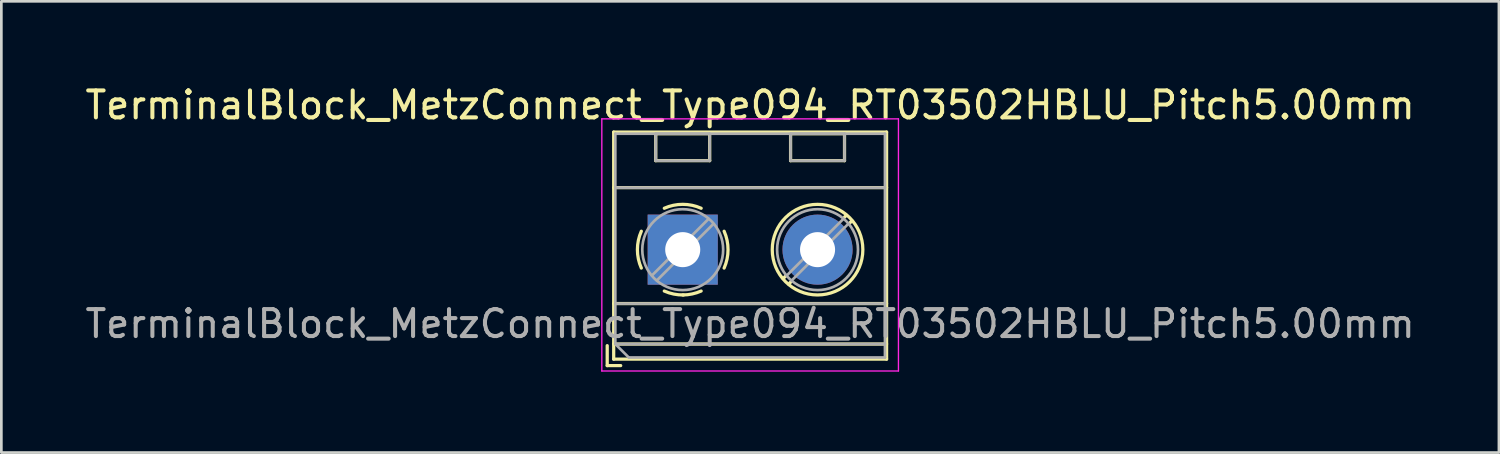
<source format=kicad_pcb>
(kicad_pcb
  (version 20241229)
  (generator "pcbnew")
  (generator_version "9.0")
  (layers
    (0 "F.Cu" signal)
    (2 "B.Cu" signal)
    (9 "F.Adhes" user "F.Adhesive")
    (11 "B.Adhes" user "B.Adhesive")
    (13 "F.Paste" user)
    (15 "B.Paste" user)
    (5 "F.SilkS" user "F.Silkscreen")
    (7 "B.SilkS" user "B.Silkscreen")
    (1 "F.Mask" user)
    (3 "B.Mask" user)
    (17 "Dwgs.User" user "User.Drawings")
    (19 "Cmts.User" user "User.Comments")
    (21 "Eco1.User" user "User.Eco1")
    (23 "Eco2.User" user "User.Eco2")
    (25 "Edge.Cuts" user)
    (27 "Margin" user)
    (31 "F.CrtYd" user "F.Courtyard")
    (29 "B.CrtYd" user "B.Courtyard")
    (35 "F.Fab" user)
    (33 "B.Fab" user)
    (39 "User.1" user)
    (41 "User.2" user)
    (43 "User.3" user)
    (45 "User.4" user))
  (footprint "TerminalBlock_MetzConnect_Type094_RT03502HBLU_Pitch5.00mm"
    (layer "F.Cu")
    (at 22.268 6.208)
    (property "Reference" "TerminalBlock_MetzConnect_Type094_RT03502HBLU_Pitch5.00mm" (at 2.5 -5.36 0) (layer "F.SilkS") (effects (font (size 1 1) (thickness 0.15))))
    (attr through_hole)
    (fp_line (start -2.8 3.56) (end -2.8 4.3) (stroke (width 0.12) (type solid)) (layer "F.SilkS"))
    (fp_line (start -2.8 4.3) (end -2.3 4.3) (stroke (width 0.12) (type solid)) (layer "F.SilkS"))
    (fp_line (start -2.56 -4.36) (end -2.56 4.06) (stroke (width 0.12) (type solid)) (layer "F.SilkS"))
    (fp_line (start -2.56 -2.3) (end 7.56 -2.3) (stroke (width 0.12) (type solid)) (layer "F.SilkS"))
    (fp_line (start -2.56 2) (end 7.56 2) (stroke (width 0.12) (type solid)) (layer "F.SilkS"))
    (fp_line (start -2.56 3.5) (end 7.56 3.5) (stroke (width 0.12) (type solid)) (layer "F.SilkS"))
    (fp_line (start -2.56 4.06) (end 7.56 4.06) (stroke (width 0.12) (type solid)) (layer "F.SilkS"))
    (fp_line (start -1 -4.3) (end -1 -3.3) (stroke (width 0.12) (type solid)) (layer "F.SilkS"))
    (fp_line (start -1 -4.3) (end 1 -4.3) (stroke (width 0.12) (type solid)) (layer "F.SilkS"))
    (fp_line (start -1 -3.3) (end 1 -3.3) (stroke (width 0.12) (type solid)) (layer "F.SilkS"))
    (fp_line (start 1 -4.3) (end 1 -3.3) (stroke (width 0.12) (type solid)) (layer "F.SilkS"))
    (fp_line (start 3.82 0.976) (end 3.726 1.069) (stroke (width 0.12) (type solid)) (layer "F.SilkS"))
    (fp_line (start 4 -4.3) (end 4 -3.3) (stroke (width 0.12) (type solid)) (layer "F.SilkS"))
    (fp_line (start 4 -4.3) (end 6 -4.3) (stroke (width 0.12) (type solid)) (layer "F.SilkS"))
    (fp_line (start 4 -3.3) (end 6 -3.3) (stroke (width 0.12) (type solid)) (layer "F.SilkS"))
    (fp_line (start 4.002 1.204) (end 3.931 1.274) (stroke (width 0.12) (type solid)) (layer "F.SilkS"))
    (fp_line (start 6 -4.3) (end 6 -3.3) (stroke (width 0.12) (type solid)) (layer "F.SilkS"))
    (fp_line (start 6.07 -1.275) (end 5.999 -1.204) (stroke (width 0.12) (type solid)) (layer "F.SilkS"))
    (fp_line (start 6.275 -1.069) (end 6.181 -0.976) (stroke (width 0.12) (type solid)) (layer "F.SilkS"))
    (fp_line (start 7.56 -4.36) (end -2.56 -4.36) (stroke (width 0.12) (type solid)) (layer "F.SilkS"))
    (fp_line (start 7.56 4.06) (end 7.56 -4.36) (stroke (width 0.12) (type solid)) (layer "F.SilkS"))
    (fp_arc (start -1.535427 0.683042) (mid -1.680501 -0.000524) (end -1.535 -0.684) (stroke (width 0.12) (type solid)) (layer "F.SilkS"))
    (fp_arc (start -0.683042 -1.535427) (mid 0.000524 -1.680501) (end 0.684 -1.535) (stroke (width 0.12) (type solid)) (layer "F.SilkS"))
    (fp_arc (start 0.028805 1.680253) (mid -0.335551 1.646659) (end -0.684 1.535) (stroke (width 0.12) (type solid)) (layer "F.SilkS"))
    (fp_arc (start 0.683318 1.534756) (mid 0.349292 1.643288) (end 0 1.68) (stroke (width 0.12) (type solid)) (layer "F.SilkS"))
    (fp_arc (start 1.535427 -0.683042) (mid 1.680501 0.000524) (end 1.535 0.684) (stroke (width 0.12) (type solid)) (layer "F.SilkS"))
    (fp_circle (center 5 0) (end 6.68 0) (stroke (width 0.12) (type solid)) (fill no) (layer "F.SilkS"))
    (fp_line (start -3 -4.85) (end -3 4.5) (stroke (width 0.05) (type solid)) (layer "F.CrtYd"))
    (fp_line (start -3 4.5) (end 8 4.5) (stroke (width 0.05) (type solid)) (layer "F.CrtYd"))
    (fp_line (start 8 -4.85) (end -3 -4.85) (stroke (width 0.05) (type solid)) (layer "F.CrtYd"))
    (fp_line (start 8 4.5) (end 8 -4.85) (stroke (width 0.05) (type solid)) (layer "F.CrtYd"))
    (fp_line (start -2.5 -4.3) (end 7.5 -4.3) (stroke (width 0.1) (type solid)) (layer "F.Fab"))
    (fp_line (start -2.5 -2.3) (end 7.5 -2.3) (stroke (width 0.1) (type solid)) (layer "F.Fab"))
    (fp_line (start -2.5 2) (end 7.5 2) (stroke (width 0.1) (type solid)) (layer "F.Fab"))
    (fp_line (start -2.5 3.5) (end -2.5 -4.3) (stroke (width 0.1) (type solid)) (layer "F.Fab"))
    (fp_line (start -2.5 3.5) (end 7.5 3.5) (stroke (width 0.1) (type solid)) (layer "F.Fab"))
    (fp_line (start -2 4) (end -2.5 3.5) (stroke (width 0.1) (type solid)) (layer "F.Fab"))
    (fp_line (start -1 -4.3) (end -1 -3.3) (stroke (width 0.1) (type solid)) (layer "F.Fab"))
    (fp_line (start -1 -3.3) (end 1 -3.3) (stroke (width 0.1) (type solid)) (layer "F.Fab"))
    (fp_line (start 0.955 -1.138) (end -1.138 0.955) (stroke (width 0.1) (type solid)) (layer "F.Fab"))
    (fp_line (start 1 -4.3) (end -1 -4.3) (stroke (width 0.1) (type solid)) (layer "F.Fab"))
    (fp_line (start 1 -3.3) (end 1 -4.3) (stroke (width 0.1) (type solid)) (layer "F.Fab"))
    (fp_line (start 1.138 -0.955) (end -0.955 1.138) (stroke (width 0.1) (type solid)) (layer "F.Fab"))
    (fp_line (start 4 -4.3) (end 4 -3.3) (stroke (width 0.1) (type solid)) (layer "F.Fab"))
    (fp_line (start 4 -3.3) (end 6 -3.3) (stroke (width 0.1) (type solid)) (layer "F.Fab"))
    (fp_line (start 5.955 -1.138) (end 3.863 0.955) (stroke (width 0.1) (type solid)) (layer "F.Fab"))
    (fp_line (start 6 -4.3) (end 4 -4.3) (stroke (width 0.1) (type solid)) (layer "F.Fab"))
    (fp_line (start 6 -3.3) (end 6 -4.3) (stroke (width 0.1) (type solid)) (layer "F.Fab"))
    (fp_line (start 6.138 -0.955) (end 4.046 1.138) (stroke (width 0.1) (type solid)) (layer "F.Fab"))
    (fp_line (start 7.5 -4.3) (end 7.5 4) (stroke (width 0.1) (type solid)) (layer "F.Fab"))
    (fp_line (start 7.5 4) (end -2 4) (stroke (width 0.1) (type solid)) (layer "F.Fab"))
    (fp_circle (center 0 0) (end 1.5 0) (stroke (width 0.1) (type solid)) (fill no) (layer "F.Fab"))
    (fp_circle (center 5 0) (end 6.5 0) (stroke (width 0.1) (type solid)) (fill no) (layer "F.Fab"))
    (fp_text user "${REFERENCE}" (at 2.5 2.75 0) (layer "F.Fab") (effects (font (size 1 1) (thickness 0.15))))
    (pad "1" thru_hole rect (at 0 0) (size 2.6 2.6) (drill 1.3) (layers "*.Cu" "*.Mask"))
    (pad "2" thru_hole oval (at 5 0) (size 2.6 2.6) (drill 1.3) (layers "*.Cu" "*.Mask")))
  (gr_rect
    (start -3 -3)
    (end 52.536 13.733)
    (stroke (width 0.1) (type default))
    (fill no)
    (layer "Edge.Cuts")))
</source>
